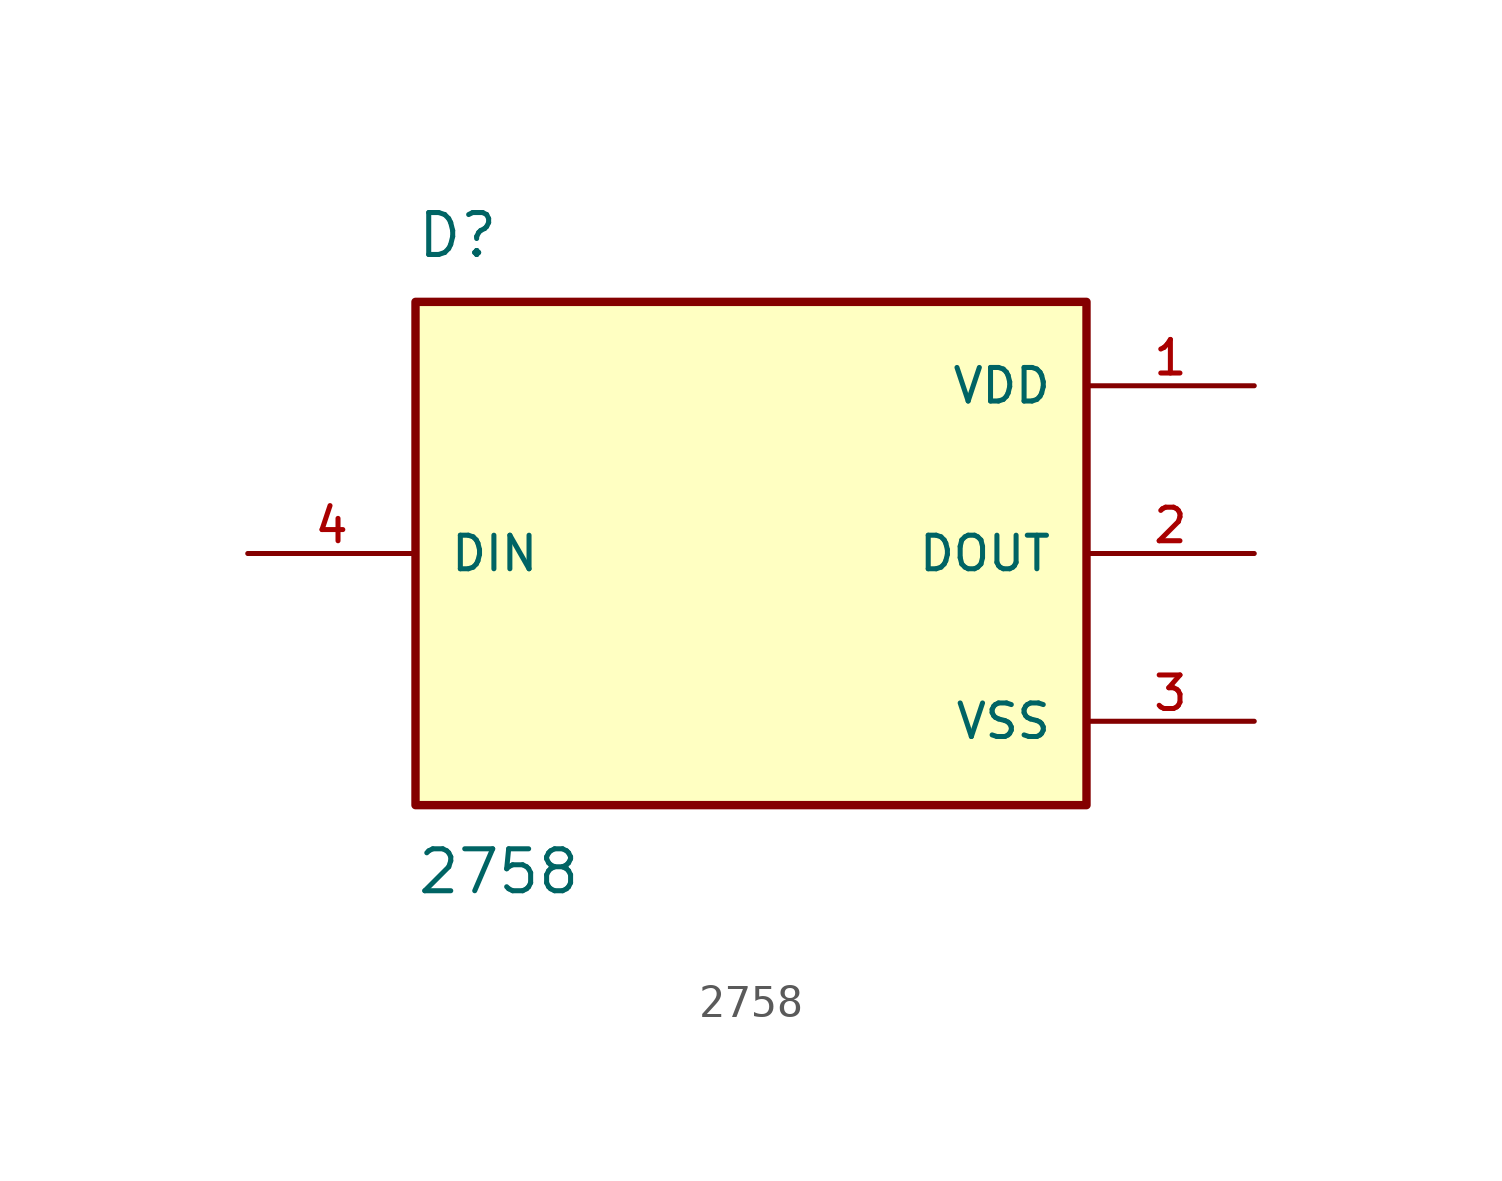
<source format=kicad_sym>
(kicad_symbol_lib
  (version 20211014)
  (generator kicad_symbol_editor)
  (symbol "2758"
    (pin_names
      (offset 1.016))
    (property "Reference" "D"
      (at -10.162 8.892 0)
      (effects (font (size 1.27 1.27)) (justify bottom left)))
    (property "Value" "2758"
      (at -10.16 -8.89 0.0)
      (effects (font (size 1.27 1.27)) (justify top left)))
    (symbol "2758_0_0"
      (rectangle (start -10.16 -7.62) (end 10.16 7.62) (stroke (width 0.254)) (fill (type background)))
      (pin input line (at -15.24 0.0 0) (length 5.08) (name "DIN" (effects (font (size 1.016 1.016)))) (number "4" (effects (font (size 1.016 1.016)))))
      (pin output line (at 15.24 0.0 180.0) (length 5.08) (name "DOUT" (effects (font (size 1.016 1.016)))) (number "2" (effects (font (size 1.016 1.016)))))
      (pin power_in line (at 15.24 5.08 180.0) (length 5.08) (name "VDD" (effects (font (size 1.016 1.016)))) (number "1" (effects (font (size 1.016 1.016)))))
      (pin power_in line (at 15.24 -5.08 180.0) (length 5.08) (name "VSS" (effects (font (size 1.016 1.016)))) (number "3" (effects (font (size 1.016 1.016))))))))
</source>
